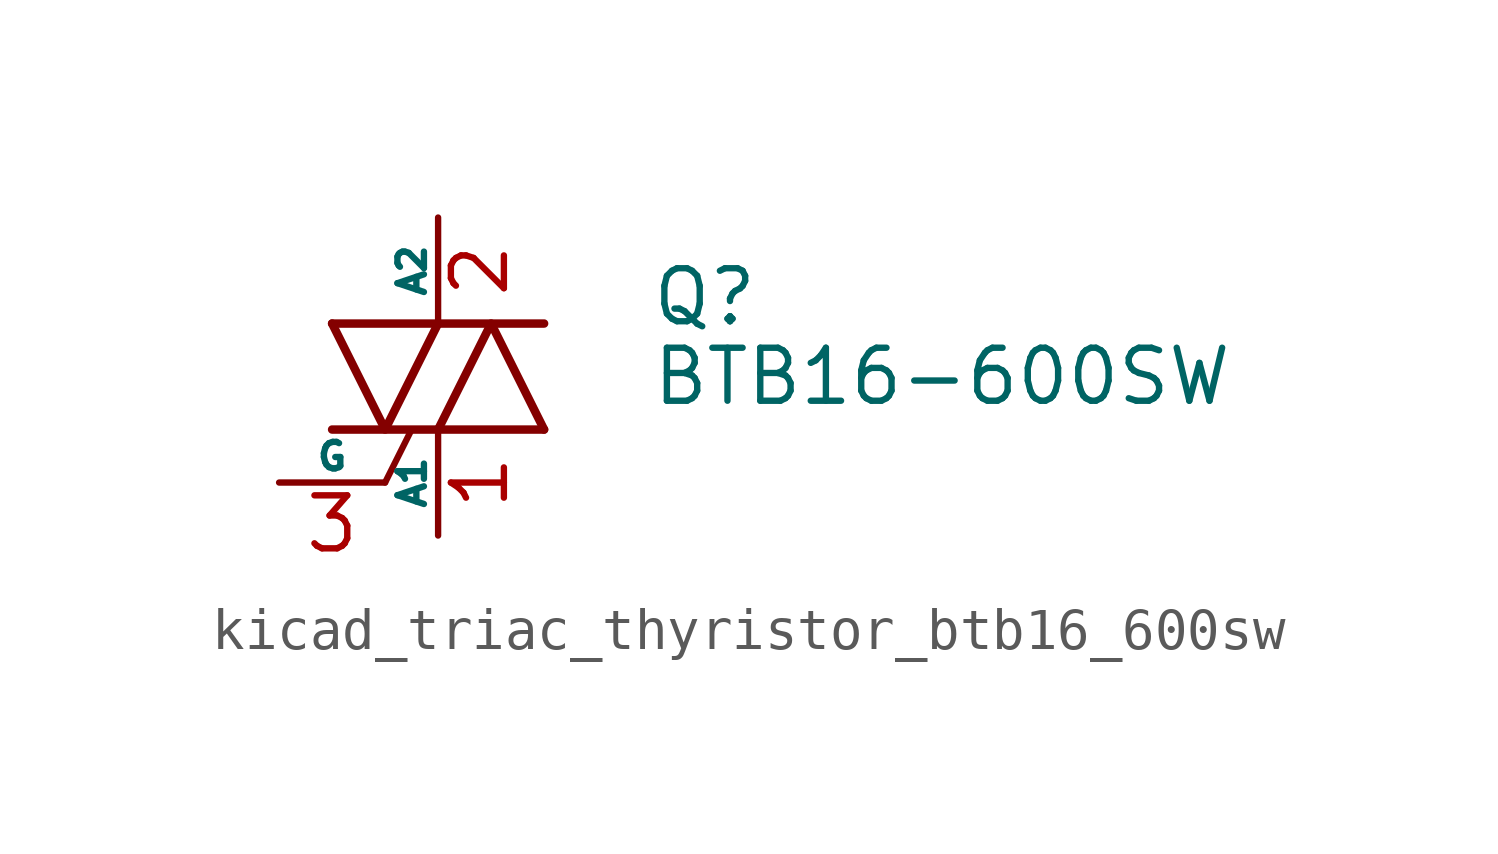
<source format=kicad_sym>
(kicad_symbol_lib
  (version 20220914)
  (generator kicad_symbol_editor)
  (symbol "kicad_triac_thyristor_btb16_600sw"
    (pin_names
      (offset 0))
    (property "Reference" "Q"
      (at 5.08 1.905 0)
      (effects (font (size 1.27 1.27)) (justify left)))
    (property "Value" "BTB16-600SW"
      (at 5.08 0 0)
      (effects (font (size 1.27 1.27)) (justify left)))
    (symbol "kicad_triac_thyristor_btb16_600sw_0_1"
      (polyline (pts (xy -2.54 -1.27) (xy 2.54 -1.27)) (stroke (width 0.203) (type default)) (fill (type none)))
      (polyline (pts (xy -2.54 1.27) (xy 2.54 1.27)) (stroke (width 0.203) (type default)) (fill (type none)))
      (polyline (pts (xy -1.27 -2.54) (xy -0.635 -1.27)) (stroke (width 0) (type default)) (fill (type none)))
      (polyline (pts (xy -2.54 1.27) (xy -1.27 -1.27) (xy 0 1.27)) (stroke (width 0.203) (type default)) (fill (type none)))
      (polyline (pts (xy 0 -1.27) (xy 1.27 1.27) (xy 2.54 -1.27)) (stroke (width 0.203) (type default)) (fill (type none))))
    (symbol "kicad_triac_thyristor_btb16_600sw_1_1"
      (pin passive line (at 0 -3.81 90) (length 2.54) (name "A1" (effects (font (size 0.635 0.635)))) (number "1" (effects (font (size 1.27 1.27)))))
      (pin passive line (at 0 3.81 270) (length 2.54) (name "A2" (effects (font (size 0.635 0.635)))) (number "2" (effects (font (size 1.27 1.27)))))
      (pin input line (at -3.81 -2.54 0) (length 2.54) (name "G" (effects (font (size 0.635 0.635)))) (number "3" (effects (font (size 1.27 1.27))))))))
</source>
